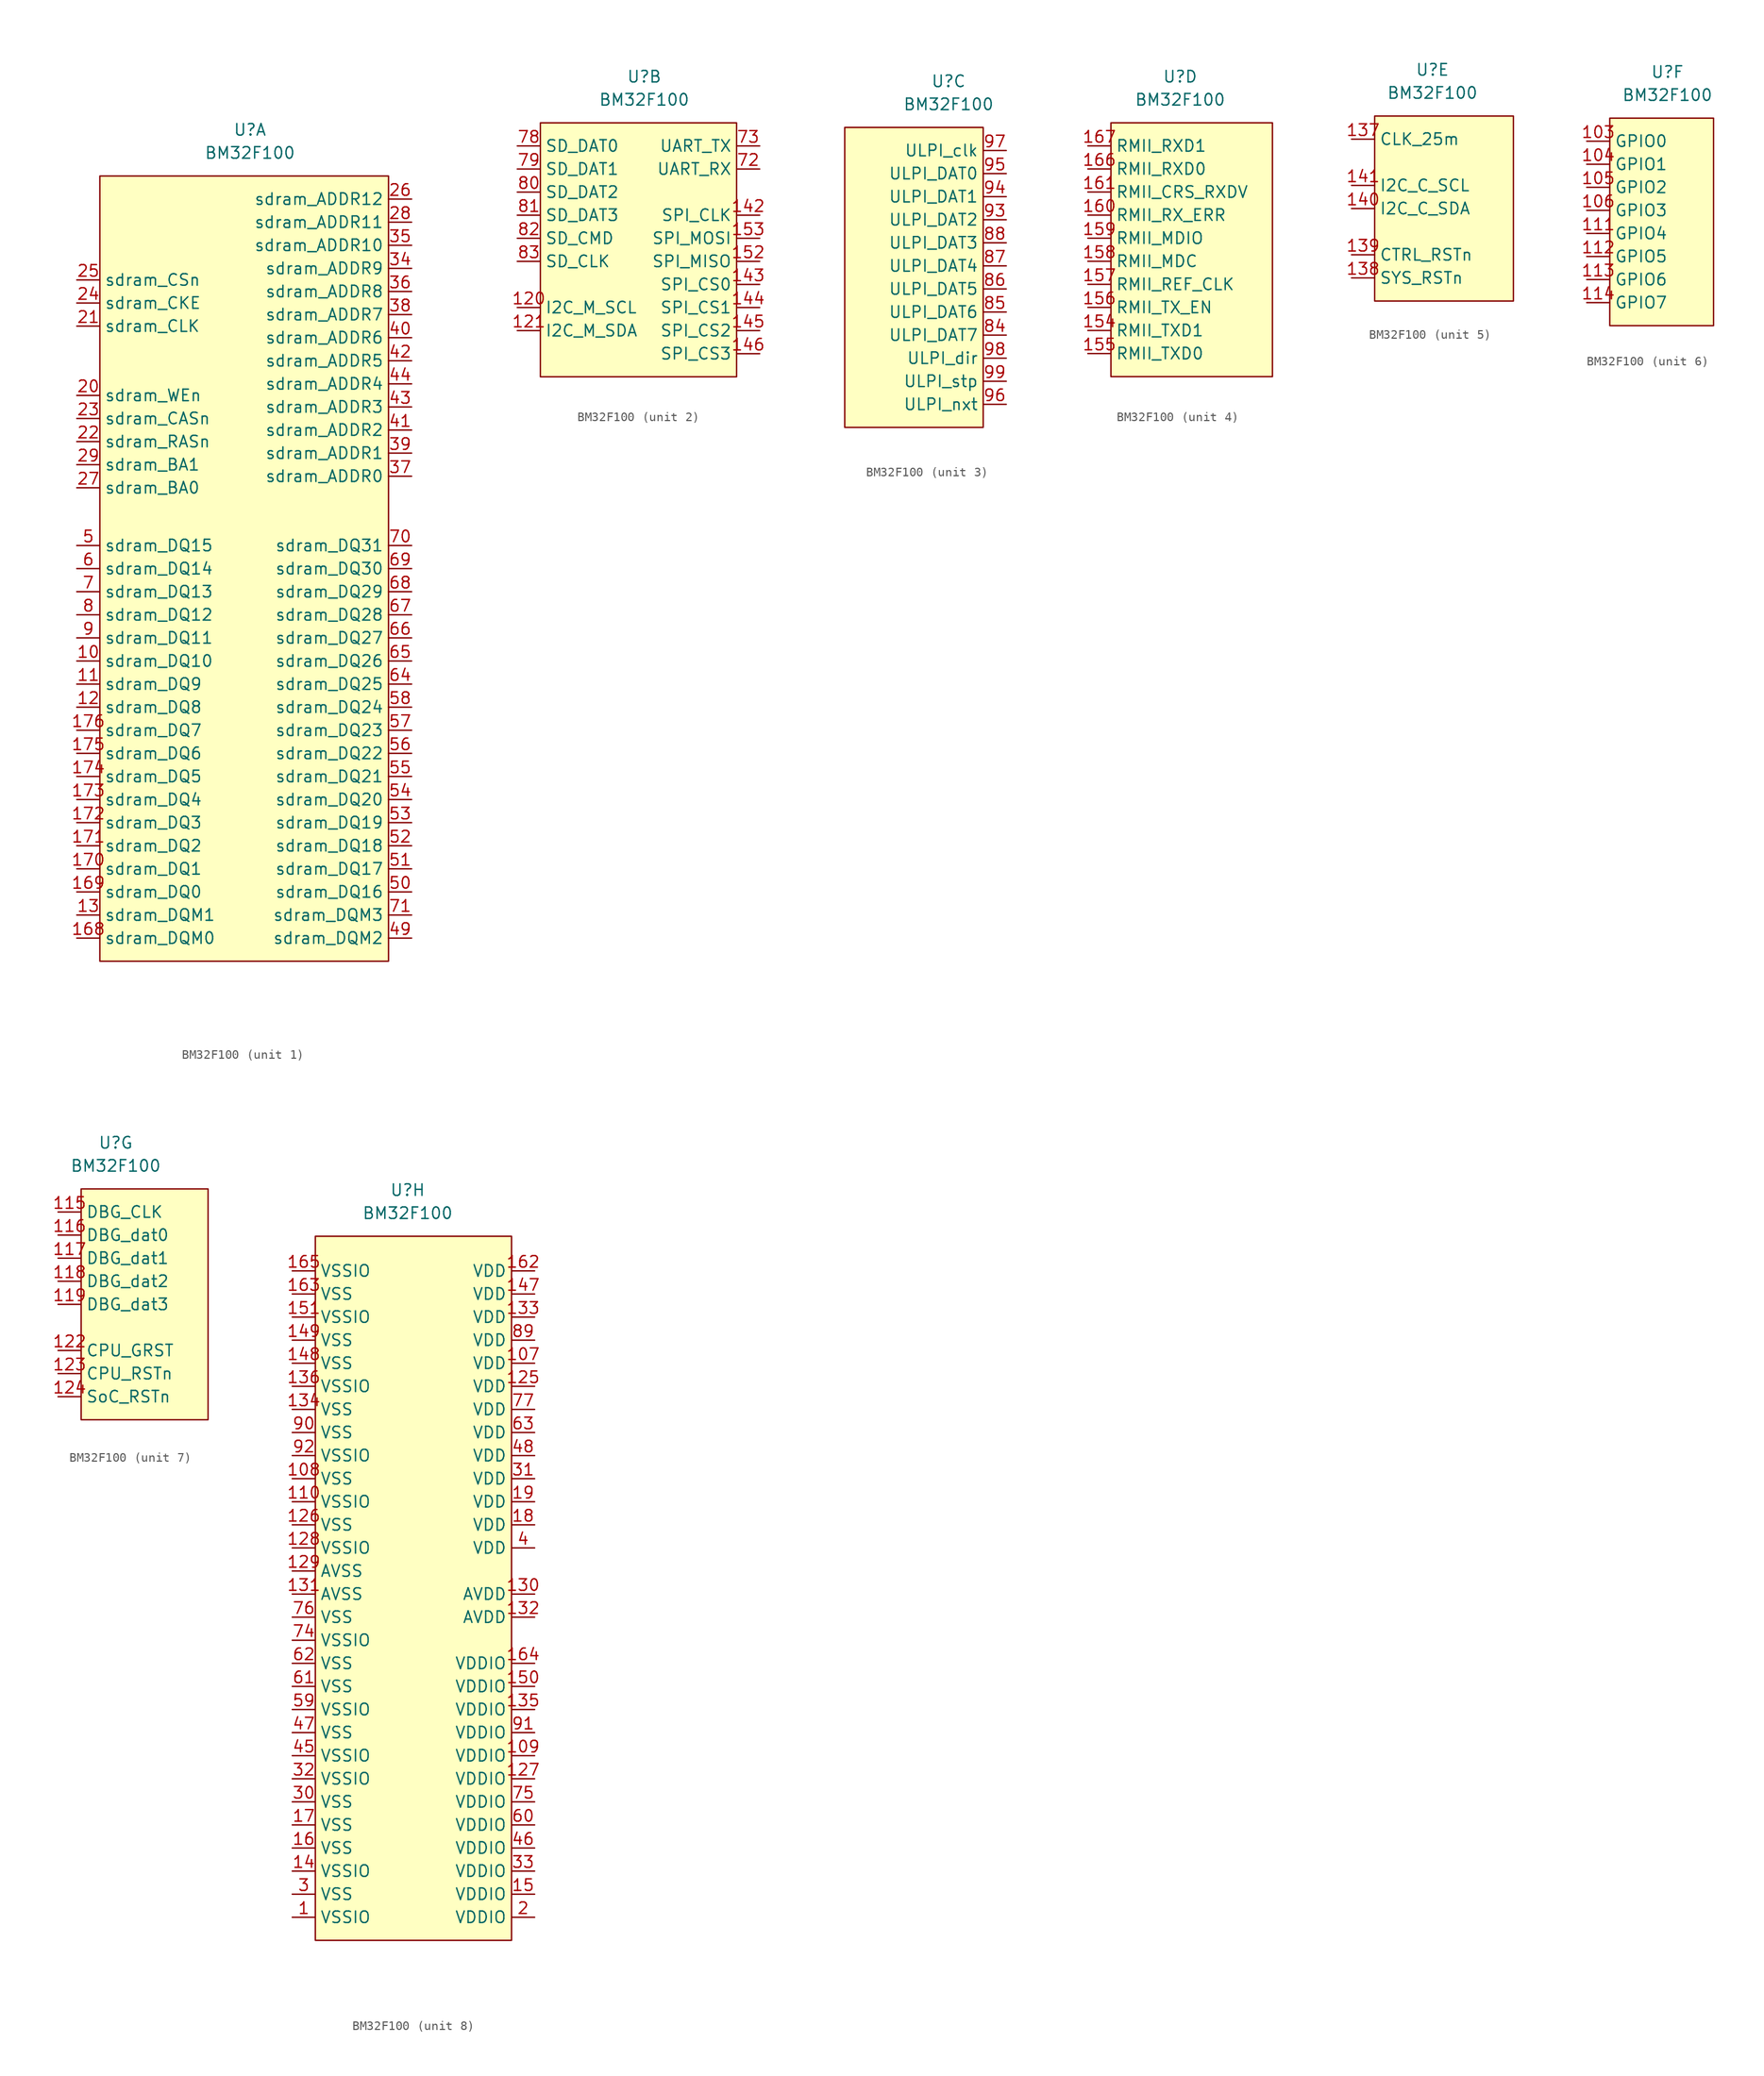
<source format=kicad_sym>
(kicad_symbol_lib
  (version 20211014)
  (generator kicad_symbol_editor)
  (symbol "BM32F100"
    (property "Reference" "U"
      (at 0 5.08 0)
      (effects (font (size 1.27 1.27))))
    (property "Value" "BM32F100"
      (at 0 2.54 0)
      (effects (font (size 1.27 1.27))))
    (property "ki_locked" ""
      (at 0 0 0)
      (effects (font (size 1.27 1.27))))
    (symbol "BM32F100_1_1"
      (rectangle (start -16.51 0) (end 15.24 -86.36) (stroke (width 0.152) (type default) (color 0 0 0 0)) (fill (type background)))
      (pin input line (at -19.05 -53.34 0) (length 2.54) (name "sdram_DQ10" (effects (font (size 1.27 1.27)))) (number "10" (effects (font (size 1.27 1.27)))))
      (pin input line (at -19.05 -55.88 0) (length 2.54) (name "sdram_DQ9" (effects (font (size 1.27 1.27)))) (number "11" (effects (font (size 1.27 1.27)))))
      (pin input line (at -19.05 -58.42 0) (length 2.54) (name "sdram_DQ8" (effects (font (size 1.27 1.27)))) (number "12" (effects (font (size 1.27 1.27)))))
      (pin input line (at -19.05 -81.28 0) (length 2.54) (name "sdram_DQM1" (effects (font (size 1.27 1.27)))) (number "13" (effects (font (size 1.27 1.27)))))
      (pin input line (at -19.05 -83.82 0) (length 2.54) (name "sdram_DQM0" (effects (font (size 1.27 1.27)))) (number "168" (effects (font (size 1.27 1.27)))))
      (pin input line (at -19.05 -78.74 0) (length 2.54) (name "sdram_DQ0" (effects (font (size 1.27 1.27)))) (number "169" (effects (font (size 1.27 1.27)))))
      (pin input line (at -19.05 -76.2 0) (length 2.54) (name "sdram_DQ1" (effects (font (size 1.27 1.27)))) (number "170" (effects (font (size 1.27 1.27)))))
      (pin input line (at -19.05 -73.66 0) (length 2.54) (name "sdram_DQ2" (effects (font (size 1.27 1.27)))) (number "171" (effects (font (size 1.27 1.27)))))
      (pin input line (at -19.05 -71.12 0) (length 2.54) (name "sdram_DQ3" (effects (font (size 1.27 1.27)))) (number "172" (effects (font (size 1.27 1.27)))))
      (pin input line (at -19.05 -68.58 0) (length 2.54) (name "sdram_DQ4" (effects (font (size 1.27 1.27)))) (number "173" (effects (font (size 1.27 1.27)))))
      (pin input line (at -19.05 -66.04 0) (length 2.54) (name "sdram_DQ5" (effects (font (size 1.27 1.27)))) (number "174" (effects (font (size 1.27 1.27)))))
      (pin input line (at -19.05 -63.5 0) (length 2.54) (name "sdram_DQ6" (effects (font (size 1.27 1.27)))) (number "175" (effects (font (size 1.27 1.27)))))
      (pin input line (at -19.05 -60.96 0) (length 2.54) (name "sdram_DQ7" (effects (font (size 1.27 1.27)))) (number "176" (effects (font (size 1.27 1.27)))))
      (pin input line (at -19.05 -24.13 0) (length 2.54) (name "sdram_WEn" (effects (font (size 1.27 1.27)))) (number "20" (effects (font (size 1.27 1.27)))))
      (pin input line (at -19.05 -16.51 0) (length 2.54) (name "sdram_CLK" (effects (font (size 1.27 1.27)))) (number "21" (effects (font (size 1.27 1.27)))))
      (pin input line (at -19.05 -29.21 0) (length 2.54) (name "sdram_RASn" (effects (font (size 1.27 1.27)))) (number "22" (effects (font (size 1.27 1.27)))))
      (pin input line (at -19.05 -26.67 0) (length 2.54) (name "sdram_CASn" (effects (font (size 1.27 1.27)))) (number "23" (effects (font (size 1.27 1.27)))))
      (pin input line (at -19.05 -13.97 0) (length 2.54) (name "sdram_CKE" (effects (font (size 1.27 1.27)))) (number "24" (effects (font (size 1.27 1.27)))))
      (pin input line (at -19.05 -11.43 0) (length 2.54) (name "sdram_CSn" (effects (font (size 1.27 1.27)))) (number "25" (effects (font (size 1.27 1.27)))))
      (pin input line (at 17.78 -2.54 180) (length 2.54) (name "sdram_ADDR12" (effects (font (size 1.27 1.27)))) (number "26" (effects (font (size 1.27 1.27)))))
      (pin input line (at -19.05 -34.29 0) (length 2.54) (name "sdram_BA0" (effects (font (size 1.27 1.27)))) (number "27" (effects (font (size 1.27 1.27)))))
      (pin input line (at 17.78 -5.08 180) (length 2.54) (name "sdram_ADDR11" (effects (font (size 1.27 1.27)))) (number "28" (effects (font (size 1.27 1.27)))))
      (pin input line (at -19.05 -31.75 0) (length 2.54) (name "sdram_BA1" (effects (font (size 1.27 1.27)))) (number "29" (effects (font (size 1.27 1.27)))))
      (pin input line (at 17.78 -10.16 180) (length 2.54) (name "sdram_ADDR9" (effects (font (size 1.27 1.27)))) (number "34" (effects (font (size 1.27 1.27)))))
      (pin input line (at 17.78 -7.62 180) (length 2.54) (name "sdram_ADDR10" (effects (font (size 1.27 1.27)))) (number "35" (effects (font (size 1.27 1.27)))))
      (pin input line (at 17.78 -12.7 180) (length 2.54) (name "sdram_ADDR8" (effects (font (size 1.27 1.27)))) (number "36" (effects (font (size 1.27 1.27)))))
      (pin input line (at 17.78 -33.02 180) (length 2.54) (name "sdram_ADDR0" (effects (font (size 1.27 1.27)))) (number "37" (effects (font (size 1.27 1.27)))))
      (pin input line (at 17.78 -15.24 180) (length 2.54) (name "sdram_ADDR7" (effects (font (size 1.27 1.27)))) (number "38" (effects (font (size 1.27 1.27)))))
      (pin input line (at 17.78 -30.48 180) (length 2.54) (name "sdram_ADDR1" (effects (font (size 1.27 1.27)))) (number "39" (effects (font (size 1.27 1.27)))))
      (pin input line (at 17.78 -17.78 180) (length 2.54) (name "sdram_ADDR6" (effects (font (size 1.27 1.27)))) (number "40" (effects (font (size 1.27 1.27)))))
      (pin input line (at 17.78 -27.94 180) (length 2.54) (name "sdram_ADDR2" (effects (font (size 1.27 1.27)))) (number "41" (effects (font (size 1.27 1.27)))))
      (pin input line (at 17.78 -20.32 180) (length 2.54) (name "sdram_ADDR5" (effects (font (size 1.27 1.27)))) (number "42" (effects (font (size 1.27 1.27)))))
      (pin input line (at 17.78 -25.4 180) (length 2.54) (name "sdram_ADDR3" (effects (font (size 1.27 1.27)))) (number "43" (effects (font (size 1.27 1.27)))))
      (pin input line (at 17.78 -22.86 180) (length 2.54) (name "sdram_ADDR4" (effects (font (size 1.27 1.27)))) (number "44" (effects (font (size 1.27 1.27)))))
      (pin input line (at 17.78 -83.82 180) (length 2.54) (name "sdram_DQM2" (effects (font (size 1.27 1.27)))) (number "49" (effects (font (size 1.27 1.27)))))
      (pin input line (at -19.05 -40.64 0) (length 2.54) (name "sdram_DQ15" (effects (font (size 1.27 1.27)))) (number "5" (effects (font (size 1.27 1.27)))))
      (pin input line (at 17.78 -78.74 180) (length 2.54) (name "sdram_DQ16" (effects (font (size 1.27 1.27)))) (number "50" (effects (font (size 1.27 1.27)))))
      (pin input line (at 17.78 -76.2 180) (length 2.54) (name "sdram_DQ17" (effects (font (size 1.27 1.27)))) (number "51" (effects (font (size 1.27 1.27)))))
      (pin input line (at 17.78 -73.66 180) (length 2.54) (name "sdram_DQ18" (effects (font (size 1.27 1.27)))) (number "52" (effects (font (size 1.27 1.27)))))
      (pin input line (at 17.78 -71.12 180) (length 2.54) (name "sdram_DQ19" (effects (font (size 1.27 1.27)))) (number "53" (effects (font (size 1.27 1.27)))))
      (pin input line (at 17.78 -68.58 180) (length 2.54) (name "sdram_DQ20" (effects (font (size 1.27 1.27)))) (number "54" (effects (font (size 1.27 1.27)))))
      (pin input line (at 17.78 -66.04 180) (length 2.54) (name "sdram_DQ21" (effects (font (size 1.27 1.27)))) (number "55" (effects (font (size 1.27 1.27)))))
      (pin input line (at 17.78 -63.5 180) (length 2.54) (name "sdram_DQ22" (effects (font (size 1.27 1.27)))) (number "56" (effects (font (size 1.27 1.27)))))
      (pin input line (at 17.78 -60.96 180) (length 2.54) (name "sdram_DQ23" (effects (font (size 1.27 1.27)))) (number "57" (effects (font (size 1.27 1.27)))))
      (pin input line (at 17.78 -58.42 180) (length 2.54) (name "sdram_DQ24" (effects (font (size 1.27 1.27)))) (number "58" (effects (font (size 1.27 1.27)))))
      (pin input line (at -19.05 -43.18 0) (length 2.54) (name "sdram_DQ14" (effects (font (size 1.27 1.27)))) (number "6" (effects (font (size 1.27 1.27)))))
      (pin input line (at 17.78 -55.88 180) (length 2.54) (name "sdram_DQ25" (effects (font (size 1.27 1.27)))) (number "64" (effects (font (size 1.27 1.27)))))
      (pin input line (at 17.78 -53.34 180) (length 2.54) (name "sdram_DQ26" (effects (font (size 1.27 1.27)))) (number "65" (effects (font (size 1.27 1.27)))))
      (pin input line (at 17.78 -50.8 180) (length 2.54) (name "sdram_DQ27" (effects (font (size 1.27 1.27)))) (number "66" (effects (font (size 1.27 1.27)))))
      (pin input line (at 17.78 -48.26 180) (length 2.54) (name "sdram_DQ28" (effects (font (size 1.27 1.27)))) (number "67" (effects (font (size 1.27 1.27)))))
      (pin input line (at 17.78 -45.72 180) (length 2.54) (name "sdram_DQ29" (effects (font (size 1.27 1.27)))) (number "68" (effects (font (size 1.27 1.27)))))
      (pin input line (at 17.78 -43.18 180) (length 2.54) (name "sdram_DQ30" (effects (font (size 1.27 1.27)))) (number "69" (effects (font (size 1.27 1.27)))))
      (pin input line (at -19.05 -45.72 0) (length 2.54) (name "sdram_DQ13" (effects (font (size 1.27 1.27)))) (number "7" (effects (font (size 1.27 1.27)))))
      (pin input line (at 17.78 -40.64 180) (length 2.54) (name "sdram_DQ31" (effects (font (size 1.27 1.27)))) (number "70" (effects (font (size 1.27 1.27)))))
      (pin input line (at 17.78 -81.28 180) (length 2.54) (name "sdram_DQM3" (effects (font (size 1.27 1.27)))) (number "71" (effects (font (size 1.27 1.27)))))
      (pin input line (at -19.05 -48.26 0) (length 2.54) (name "sdram_DQ12" (effects (font (size 1.27 1.27)))) (number "8" (effects (font (size 1.27 1.27)))))
      (pin input line (at -19.05 -50.8 0) (length 2.54) (name "sdram_DQ11" (effects (font (size 1.27 1.27)))) (number "9" (effects (font (size 1.27 1.27))))))
    (symbol "BM32F100_2_1"
      (rectangle (start -11.43 0) (end 10.16 -27.94) (stroke (width 0.152) (type default) (color 0 0 0 0)) (fill (type background)))
      (pin input line (at -13.97 -20.32 0) (length 2.54) (name "I2C_M_SCL" (effects (font (size 1.27 1.27)))) (number "120" (effects (font (size 1.27 1.27)))))
      (pin input line (at -13.97 -22.86 0) (length 2.54) (name "I2C_M_SDA" (effects (font (size 1.27 1.27)))) (number "121" (effects (font (size 1.27 1.27)))))
      (pin input line (at 12.7 -10.16 180) (length 2.54) (name "SPI_CLK" (effects (font (size 1.27 1.27)))) (number "142" (effects (font (size 1.27 1.27)))))
      (pin input line (at 12.7 -17.78 180) (length 2.54) (name "SPI_CS0" (effects (font (size 1.27 1.27)))) (number "143" (effects (font (size 1.27 1.27)))))
      (pin input line (at 12.7 -20.32 180) (length 2.54) (name "SPI_CS1" (effects (font (size 1.27 1.27)))) (number "144" (effects (font (size 1.27 1.27)))))
      (pin input line (at 12.7 -22.86 180) (length 2.54) (name "SPI_CS2" (effects (font (size 1.27 1.27)))) (number "145" (effects (font (size 1.27 1.27)))))
      (pin input line (at 12.7 -25.4 180) (length 2.54) (name "SPI_CS3" (effects (font (size 1.27 1.27)))) (number "146" (effects (font (size 1.27 1.27)))))
      (pin input line (at 12.7 -15.24 180) (length 2.54) (name "SPI_MISO" (effects (font (size 1.27 1.27)))) (number "152" (effects (font (size 1.27 1.27)))))
      (pin input line (at 12.7 -12.7 180) (length 2.54) (name "SPI_MOSI" (effects (font (size 1.27 1.27)))) (number "153" (effects (font (size 1.27 1.27)))))
      (pin input line (at 12.7 -5.08 180) (length 2.54) (name "UART_RX" (effects (font (size 1.27 1.27)))) (number "72" (effects (font (size 1.27 1.27)))))
      (pin input line (at 12.7 -2.54 180) (length 2.54) (name "UART_TX" (effects (font (size 1.27 1.27)))) (number "73" (effects (font (size 1.27 1.27)))))
      (pin input line (at -13.97 -2.54 0) (length 2.54) (name "SD_DAT0" (effects (font (size 1.27 1.27)))) (number "78" (effects (font (size 1.27 1.27)))))
      (pin input line (at -13.97 -5.08 0) (length 2.54) (name "SD_DAT1" (effects (font (size 1.27 1.27)))) (number "79" (effects (font (size 1.27 1.27)))))
      (pin input line (at -13.97 -7.62 0) (length 2.54) (name "SD_DAT2" (effects (font (size 1.27 1.27)))) (number "80" (effects (font (size 1.27 1.27)))))
      (pin input line (at -13.97 -10.16 0) (length 2.54) (name "SD_DAT3" (effects (font (size 1.27 1.27)))) (number "81" (effects (font (size 1.27 1.27)))))
      (pin input line (at -13.97 -12.7 0) (length 2.54) (name "SD_CMD" (effects (font (size 1.27 1.27)))) (number "82" (effects (font (size 1.27 1.27)))))
      (pin input line (at -13.97 -15.24 0) (length 2.54) (name "SD_CLK" (effects (font (size 1.27 1.27)))) (number "83" (effects (font (size 1.27 1.27))))))
    (symbol "BM32F100_3_1"
      (rectangle (start -11.43 0) (end 3.81 -33.02) (stroke (width 0.152) (type default) (color 0 0 0 0)) (fill (type background)))
      (pin input line (at 6.35 -22.86 180) (length 2.54) (name "ULPI_DAT7" (effects (font (size 1.27 1.27)))) (number "84" (effects (font (size 1.27 1.27)))))
      (pin input line (at 6.35 -20.32 180) (length 2.54) (name "ULPI_DAT6" (effects (font (size 1.27 1.27)))) (number "85" (effects (font (size 1.27 1.27)))))
      (pin input line (at 6.35 -17.78 180) (length 2.54) (name "ULPI_DAT5" (effects (font (size 1.27 1.27)))) (number "86" (effects (font (size 1.27 1.27)))))
      (pin input line (at 6.35 -15.24 180) (length 2.54) (name "ULPI_DAT4" (effects (font (size 1.27 1.27)))) (number "87" (effects (font (size 1.27 1.27)))))
      (pin input line (at 6.35 -12.7 180) (length 2.54) (name "ULPI_DAT3" (effects (font (size 1.27 1.27)))) (number "88" (effects (font (size 1.27 1.27)))))
      (pin input line (at 6.35 -10.16 180) (length 2.54) (name "ULPI_DAT2" (effects (font (size 1.27 1.27)))) (number "93" (effects (font (size 1.27 1.27)))))
      (pin input line (at 6.35 -7.62 180) (length 2.54) (name "ULPI_DAT1" (effects (font (size 1.27 1.27)))) (number "94" (effects (font (size 1.27 1.27)))))
      (pin input line (at 6.35 -5.08 180) (length 2.54) (name "ULPI_DAT0" (effects (font (size 1.27 1.27)))) (number "95" (effects (font (size 1.27 1.27)))))
      (pin input line (at 6.35 -30.48 180) (length 2.54) (name "ULPI_nxt" (effects (font (size 1.27 1.27)))) (number "96" (effects (font (size 1.27 1.27)))))
      (pin input line (at 6.35 -2.54 180) (length 2.54) (name "ULPI_clk" (effects (font (size 1.27 1.27)))) (number "97" (effects (font (size 1.27 1.27)))))
      (pin input line (at 6.35 -25.4 180) (length 2.54) (name "ULPI_dir" (effects (font (size 1.27 1.27)))) (number "98" (effects (font (size 1.27 1.27)))))
      (pin input line (at 6.35 -27.94 180) (length 2.54) (name "ULPI_stp" (effects (font (size 1.27 1.27)))) (number "99" (effects (font (size 1.27 1.27))))))
    (symbol "BM32F100_4_1"
      (rectangle (start -7.62 0) (end 10.16 -27.94) (stroke (width 0.152) (type default) (color 0 0 0 0)) (fill (type background)))
      (pin input line (at -10.16 -22.86 0) (length 2.54) (name "RMII_TXD1" (effects (font (size 1.27 1.27)))) (number "154" (effects (font (size 1.27 1.27)))))
      (pin input line (at -10.16 -25.4 0) (length 2.54) (name "RMII_TXD0" (effects (font (size 1.27 1.27)))) (number "155" (effects (font (size 1.27 1.27)))))
      (pin input line (at -10.16 -20.32 0) (length 2.54) (name "RMII_TX_EN" (effects (font (size 1.27 1.27)))) (number "156" (effects (font (size 1.27 1.27)))))
      (pin input line (at -10.16 -17.78 0) (length 2.54) (name "RMII_REF_CLK" (effects (font (size 1.27 1.27)))) (number "157" (effects (font (size 1.27 1.27)))))
      (pin input line (at -10.16 -15.24 0) (length 2.54) (name "RMII_MDC" (effects (font (size 1.27 1.27)))) (number "158" (effects (font (size 1.27 1.27)))))
      (pin input line (at -10.16 -12.7 0) (length 2.54) (name "RMII_MDIO" (effects (font (size 1.27 1.27)))) (number "159" (effects (font (size 1.27 1.27)))))
      (pin input line (at -10.16 -10.16 0) (length 2.54) (name "RMII_RX_ERR" (effects (font (size 1.27 1.27)))) (number "160" (effects (font (size 1.27 1.27)))))
      (pin input line (at -10.16 -7.62 0) (length 2.54) (name "RMII_CRS_RXDV" (effects (font (size 1.27 1.27)))) (number "161" (effects (font (size 1.27 1.27)))))
      (pin input line (at -10.16 -5.08 0) (length 2.54) (name "RMII_RXD0" (effects (font (size 1.27 1.27)))) (number "166" (effects (font (size 1.27 1.27)))))
      (pin input line (at -10.16 -2.54 0) (length 2.54) (name "RMII_RXD1" (effects (font (size 1.27 1.27)))) (number "167" (effects (font (size 1.27 1.27))))))
    (symbol "BM32F100_5_1"
      (rectangle (start -6.35 0) (end 8.89 -20.32) (stroke (width 0.152) (type default) (color 0 0 0 0)) (fill (type background)))
      (pin input line (at -8.89 -2.54 0) (length 2.54) (name "CLK_25m" (effects (font (size 1.27 1.27)))) (number "137" (effects (font (size 1.27 1.27)))))
      (pin input line (at -8.89 -17.78 0) (length 2.54) (name "SYS_RSTn" (effects (font (size 1.27 1.27)))) (number "138" (effects (font (size 1.27 1.27)))))
      (pin input line (at -8.89 -15.24 0) (length 2.54) (name "CTRL_RSTn" (effects (font (size 1.27 1.27)))) (number "139" (effects (font (size 1.27 1.27)))))
      (pin input line (at -8.89 -10.16 0) (length 2.54) (name "I2C_C_SDA" (effects (font (size 1.27 1.27)))) (number "140" (effects (font (size 1.27 1.27)))))
      (pin input line (at -8.89 -7.62 0) (length 2.54) (name "I2C_C_SCL" (effects (font (size 1.27 1.27)))) (number "141" (effects (font (size 1.27 1.27))))))
    (symbol "BM32F100_6_1"
      (rectangle (start -6.35 0) (end 5.08 -22.86) (stroke (width 0.152) (type default) (color 0 0 0 0)) (fill (type background)))
      (pin input line (at -8.89 -2.54 0) (length 2.54) (name "GPIO0" (effects (font (size 1.27 1.27)))) (number "103" (effects (font (size 1.27 1.27)))))
      (pin input line (at -8.89 -5.08 0) (length 2.54) (name "GPIO1" (effects (font (size 1.27 1.27)))) (number "104" (effects (font (size 1.27 1.27)))))
      (pin input line (at -8.89 -7.62 0) (length 2.54) (name "GPIO2" (effects (font (size 1.27 1.27)))) (number "105" (effects (font (size 1.27 1.27)))))
      (pin input line (at -8.89 -10.16 0) (length 2.54) (name "GPIO3" (effects (font (size 1.27 1.27)))) (number "106" (effects (font (size 1.27 1.27)))))
      (pin input line (at -8.89 -12.7 0) (length 2.54) (name "GPIO4" (effects (font (size 1.27 1.27)))) (number "111" (effects (font (size 1.27 1.27)))))
      (pin input line (at -8.89 -15.24 0) (length 2.54) (name "GPIO5" (effects (font (size 1.27 1.27)))) (number "112" (effects (font (size 1.27 1.27)))))
      (pin input line (at -8.89 -17.78 0) (length 2.54) (name "GPIO6" (effects (font (size 1.27 1.27)))) (number "113" (effects (font (size 1.27 1.27)))))
      (pin input line (at -8.89 -20.32 0) (length 2.54) (name "GPIO7" (effects (font (size 1.27 1.27)))) (number "114" (effects (font (size 1.27 1.27))))))
    (symbol "BM32F100_7_1"
      (rectangle (start -3.81 0) (end 10.16 -25.4) (stroke (width 0.152) (type default) (color 0 0 0 0)) (fill (type background)))
      (pin input line (at -6.35 -2.54 0) (length 2.54) (name "DBG_CLK" (effects (font (size 1.27 1.27)))) (number "115" (effects (font (size 1.27 1.27)))))
      (pin input line (at -6.35 -5.08 0) (length 2.54) (name "DBG_dat0" (effects (font (size 1.27 1.27)))) (number "116" (effects (font (size 1.27 1.27)))))
      (pin input line (at -6.35 -7.62 0) (length 2.54) (name "DBG_dat1" (effects (font (size 1.27 1.27)))) (number "117" (effects (font (size 1.27 1.27)))))
      (pin input line (at -6.35 -10.16 0) (length 2.54) (name "DBG_dat2" (effects (font (size 1.27 1.27)))) (number "118" (effects (font (size 1.27 1.27)))))
      (pin input line (at -6.35 -12.7 0) (length 2.54) (name "DBG_dat3" (effects (font (size 1.27 1.27)))) (number "119" (effects (font (size 1.27 1.27)))))
      (pin input line (at -6.35 -17.78 0) (length 2.54) (name "CPU_GRST" (effects (font (size 1.27 1.27)))) (number "122" (effects (font (size 1.27 1.27)))))
      (pin input line (at -6.35 -20.32 0) (length 2.54) (name "CPU_RSTn" (effects (font (size 1.27 1.27)))) (number "123" (effects (font (size 1.27 1.27)))))
      (pin input line (at -6.35 -22.86 0) (length 2.54) (name "SoC_RSTn" (effects (font (size 1.27 1.27)))) (number "124" (effects (font (size 1.27 1.27))))))
    (symbol "BM32F100_8_1"
      (rectangle (start -10.16 0) (end 11.43 -77.47) (stroke (width 0.152) (type default) (color 0 0 0 0)) (fill (type background)))
      (pin input line (at -12.7 -74.93 0) (length 2.54) (name "VSSIO" (effects (font (size 1.27 1.27)))) (number "1" (effects (font (size 1.27 1.27)))))
      (pin input line (at 13.97 -13.97 180) (length 2.54) (name "VDD" (effects (font (size 1.27 1.27)))) (number "107" (effects (font (size 1.27 1.27)))))
      (pin input line (at -12.7 -26.67 0) (length 2.54) (name "VSS" (effects (font (size 1.27 1.27)))) (number "108" (effects (font (size 1.27 1.27)))))
      (pin input line (at 13.97 -57.15 180) (length 2.54) (name "VDDIO" (effects (font (size 1.27 1.27)))) (number "109" (effects (font (size 1.27 1.27)))))
      (pin input line (at -12.7 -29.21 0) (length 2.54) (name "VSSIO" (effects (font (size 1.27 1.27)))) (number "110" (effects (font (size 1.27 1.27)))))
      (pin input line (at 13.97 -16.51 180) (length 2.54) (name "VDD" (effects (font (size 1.27 1.27)))) (number "125" (effects (font (size 1.27 1.27)))))
      (pin input line (at -12.7 -31.75 0) (length 2.54) (name "VSS" (effects (font (size 1.27 1.27)))) (number "126" (effects (font (size 1.27 1.27)))))
      (pin input line (at 13.97 -59.69 180) (length 2.54) (name "VDDIO" (effects (font (size 1.27 1.27)))) (number "127" (effects (font (size 1.27 1.27)))))
      (pin input line (at -12.7 -34.29 0) (length 2.54) (name "VSSIO" (effects (font (size 1.27 1.27)))) (number "128" (effects (font (size 1.27 1.27)))))
      (pin input line (at -12.7 -36.83 0) (length 2.54) (name "AVSS" (effects (font (size 1.27 1.27)))) (number "129" (effects (font (size 1.27 1.27)))))
      (pin input line (at 13.97 -39.37 180) (length 2.54) (name "AVDD" (effects (font (size 1.27 1.27)))) (number "130" (effects (font (size 1.27 1.27)))))
      (pin input line (at -12.7 -39.37 0) (length 2.54) (name "AVSS" (effects (font (size 1.27 1.27)))) (number "131" (effects (font (size 1.27 1.27)))))
      (pin input line (at 13.97 -41.91 180) (length 2.54) (name "AVDD" (effects (font (size 1.27 1.27)))) (number "132" (effects (font (size 1.27 1.27)))))
      (pin input line (at 13.97 -8.89 180) (length 2.54) (name "VDD" (effects (font (size 1.27 1.27)))) (number "133" (effects (font (size 1.27 1.27)))))
      (pin input line (at -12.7 -19.05 0) (length 2.54) (name "VSS" (effects (font (size 1.27 1.27)))) (number "134" (effects (font (size 1.27 1.27)))))
      (pin input line (at 13.97 -52.07 180) (length 2.54) (name "VDDIO" (effects (font (size 1.27 1.27)))) (number "135" (effects (font (size 1.27 1.27)))))
      (pin input line (at -12.7 -16.51 0) (length 2.54) (name "VSSIO" (effects (font (size 1.27 1.27)))) (number "136" (effects (font (size 1.27 1.27)))))
      (pin input line (at -12.7 -69.85 0) (length 2.54) (name "VSSIO" (effects (font (size 1.27 1.27)))) (number "14" (effects (font (size 1.27 1.27)))))
      (pin input line (at 13.97 -6.35 180) (length 2.54) (name "VDD" (effects (font (size 1.27 1.27)))) (number "147" (effects (font (size 1.27 1.27)))))
      (pin input line (at -12.7 -13.97 0) (length 2.54) (name "VSS" (effects (font (size 1.27 1.27)))) (number "148" (effects (font (size 1.27 1.27)))))
      (pin input line (at -12.7 -11.43 0) (length 2.54) (name "VSS" (effects (font (size 1.27 1.27)))) (number "149" (effects (font (size 1.27 1.27)))))
      (pin input line (at 13.97 -72.39 180) (length 2.54) (name "VDDIO" (effects (font (size 1.27 1.27)))) (number "15" (effects (font (size 1.27 1.27)))))
      (pin input line (at 13.97 -49.53 180) (length 2.54) (name "VDDIO" (effects (font (size 1.27 1.27)))) (number "150" (effects (font (size 1.27 1.27)))))
      (pin input line (at -12.7 -8.89 0) (length 2.54) (name "VSSIO" (effects (font (size 1.27 1.27)))) (number "151" (effects (font (size 1.27 1.27)))))
      (pin input line (at -12.7 -67.31 0) (length 2.54) (name "VSS" (effects (font (size 1.27 1.27)))) (number "16" (effects (font (size 1.27 1.27)))))
      (pin input line (at 13.97 -3.81 180) (length 2.54) (name "VDD" (effects (font (size 1.27 1.27)))) (number "162" (effects (font (size 1.27 1.27)))))
      (pin input line (at -12.7 -6.35 0) (length 2.54) (name "VSS" (effects (font (size 1.27 1.27)))) (number "163" (effects (font (size 1.27 1.27)))))
      (pin input line (at 13.97 -46.99 180) (length 2.54) (name "VDDIO" (effects (font (size 1.27 1.27)))) (number "164" (effects (font (size 1.27 1.27)))))
      (pin input line (at -12.7 -3.81 0) (length 2.54) (name "VSSIO" (effects (font (size 1.27 1.27)))) (number "165" (effects (font (size 1.27 1.27)))))
      (pin input line (at -12.7 -64.77 0) (length 2.54) (name "VSS" (effects (font (size 1.27 1.27)))) (number "17" (effects (font (size 1.27 1.27)))))
      (pin input line (at 13.97 -31.75 180) (length 2.54) (name "VDD" (effects (font (size 1.27 1.27)))) (number "18" (effects (font (size 1.27 1.27)))))
      (pin input line (at 13.97 -29.21 180) (length 2.54) (name "VDD" (effects (font (size 1.27 1.27)))) (number "19" (effects (font (size 1.27 1.27)))))
      (pin input line (at 13.97 -74.93 180) (length 2.54) (name "VDDIO" (effects (font (size 1.27 1.27)))) (number "2" (effects (font (size 1.27 1.27)))))
      (pin input line (at -12.7 -72.39 0) (length 2.54) (name "VSS" (effects (font (size 1.27 1.27)))) (number "3" (effects (font (size 1.27 1.27)))))
      (pin input line (at -12.7 -62.23 0) (length 2.54) (name "VSS" (effects (font (size 1.27 1.27)))) (number "30" (effects (font (size 1.27 1.27)))))
      (pin input line (at 13.97 -26.67 180) (length 2.54) (name "VDD" (effects (font (size 1.27 1.27)))) (number "31" (effects (font (size 1.27 1.27)))))
      (pin input line (at -12.7 -59.69 0) (length 2.54) (name "VSSIO" (effects (font (size 1.27 1.27)))) (number "32" (effects (font (size 1.27 1.27)))))
      (pin input line (at 13.97 -69.85 180) (length 2.54) (name "VDDIO" (effects (font (size 1.27 1.27)))) (number "33" (effects (font (size 1.27 1.27)))))
      (pin input line (at 13.97 -34.29 180) (length 2.54) (name "VDD" (effects (font (size 1.27 1.27)))) (number "4" (effects (font (size 1.27 1.27)))))
      (pin input line (at -12.7 -57.15 0) (length 2.54) (name "VSSIO" (effects (font (size 1.27 1.27)))) (number "45" (effects (font (size 1.27 1.27)))))
      (pin input line (at 13.97 -67.31 180) (length 2.54) (name "VDDIO" (effects (font (size 1.27 1.27)))) (number "46" (effects (font (size 1.27 1.27)))))
      (pin input line (at -12.7 -54.61 0) (length 2.54) (name "VSS" (effects (font (size 1.27 1.27)))) (number "47" (effects (font (size 1.27 1.27)))))
      (pin input line (at 13.97 -24.13 180) (length 2.54) (name "VDD" (effects (font (size 1.27 1.27)))) (number "48" (effects (font (size 1.27 1.27)))))
      (pin input line (at -12.7 -52.07 0) (length 2.54) (name "VSSIO" (effects (font (size 1.27 1.27)))) (number "59" (effects (font (size 1.27 1.27)))))
      (pin input line (at 13.97 -64.77 180) (length 2.54) (name "VDDIO" (effects (font (size 1.27 1.27)))) (number "60" (effects (font (size 1.27 1.27)))))
      (pin input line (at -12.7 -49.53 0) (length 2.54) (name "VSS" (effects (font (size 1.27 1.27)))) (number "61" (effects (font (size 1.27 1.27)))))
      (pin input line (at -12.7 -46.99 0) (length 2.54) (name "VSS" (effects (font (size 1.27 1.27)))) (number "62" (effects (font (size 1.27 1.27)))))
      (pin input line (at 13.97 -21.59 180) (length 2.54) (name "VDD" (effects (font (size 1.27 1.27)))) (number "63" (effects (font (size 1.27 1.27)))))
      (pin input line (at -12.7 -44.45 0) (length 2.54) (name "VSSIO" (effects (font (size 1.27 1.27)))) (number "74" (effects (font (size 1.27 1.27)))))
      (pin input line (at 13.97 -62.23 180) (length 2.54) (name "VDDIO" (effects (font (size 1.27 1.27)))) (number "75" (effects (font (size 1.27 1.27)))))
      (pin input line (at -12.7 -41.91 0) (length 2.54) (name "VSS" (effects (font (size 1.27 1.27)))) (number "76" (effects (font (size 1.27 1.27)))))
      (pin input line (at 13.97 -19.05 180) (length 2.54) (name "VDD" (effects (font (size 1.27 1.27)))) (number "77" (effects (font (size 1.27 1.27)))))
      (pin input line (at 13.97 -11.43 180) (length 2.54) (name "VDD" (effects (font (size 1.27 1.27)))) (number "89" (effects (font (size 1.27 1.27)))))
      (pin input line (at -12.7 -21.59 0) (length 2.54) (name "VSS" (effects (font (size 1.27 1.27)))) (number "90" (effects (font (size 1.27 1.27)))))
      (pin input line (at 13.97 -54.61 180) (length 2.54) (name "VDDIO" (effects (font (size 1.27 1.27)))) (number "91" (effects (font (size 1.27 1.27)))))
      (pin input line (at -12.7 -24.13 0) (length 2.54) (name "VSSIO" (effects (font (size 1.27 1.27)))) (number "92" (effects (font (size 1.27 1.27))))))))
</source>
